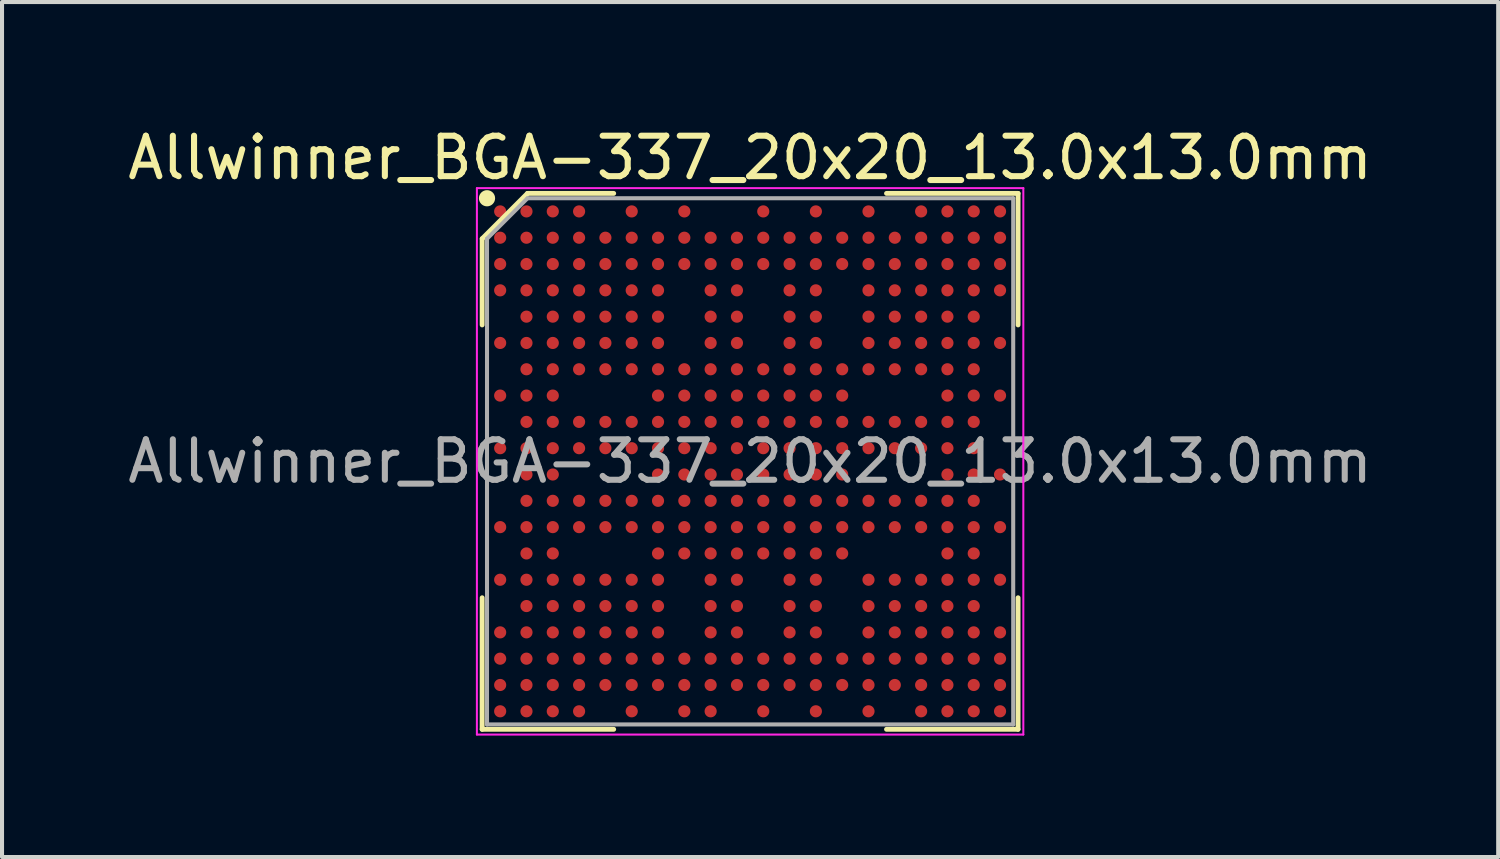
<source format=kicad_pcb>
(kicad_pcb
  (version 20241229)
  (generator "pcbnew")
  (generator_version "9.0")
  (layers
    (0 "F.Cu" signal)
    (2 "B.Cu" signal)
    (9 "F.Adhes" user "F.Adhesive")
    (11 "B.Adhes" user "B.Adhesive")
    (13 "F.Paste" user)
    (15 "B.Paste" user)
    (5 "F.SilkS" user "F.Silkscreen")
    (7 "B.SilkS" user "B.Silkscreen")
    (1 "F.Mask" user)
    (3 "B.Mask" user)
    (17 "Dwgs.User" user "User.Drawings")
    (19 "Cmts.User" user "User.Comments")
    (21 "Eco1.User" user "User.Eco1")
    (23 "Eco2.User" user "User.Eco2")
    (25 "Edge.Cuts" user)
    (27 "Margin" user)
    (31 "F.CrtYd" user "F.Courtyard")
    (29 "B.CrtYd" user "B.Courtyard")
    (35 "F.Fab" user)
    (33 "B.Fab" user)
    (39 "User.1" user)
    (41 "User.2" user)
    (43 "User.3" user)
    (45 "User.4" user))
  (footprint "Allwinner_BGA-337_20x20_13.0x13.0mm"
    (layer "F.Cu")
    (at 15.482 8.348)
    (property "Reference" "Allwinner_BGA-337_20x20_13.0x13.0mm" (at 0 -7.5 0) (layer "F.SilkS") (effects (font (size 1 1) (thickness 0.15))))
    (attr smd)
    (fp_line (start -6.62 -5.5) (end -6.62 -3.37) (stroke (width 0.12) (type default)) (layer "F.SilkS"))
    (fp_line (start -6.62 6.62) (end -6.62 3.37) (stroke (width 0.12) (type default)) (layer "F.SilkS"))
    (fp_line (start -5.5 -6.62) (end -6.62 -5.5) (stroke (width 0.12) (type default)) (layer "F.SilkS"))
    (fp_line (start -3.37 -6.62) (end -5.5 -6.62) (stroke (width 0.12) (type default)) (layer "F.SilkS"))
    (fp_line (start -3.37 6.62) (end -6.62 6.62) (stroke (width 0.12) (type default)) (layer "F.SilkS"))
    (fp_line (start 3.37 -6.62) (end 6.62 -6.62) (stroke (width 0.12) (type default)) (layer "F.SilkS"))
    (fp_line (start 3.37 6.62) (end 6.62 6.62) (stroke (width 0.12) (type default)) (layer "F.SilkS"))
    (fp_line (start 6.62 -6.62) (end 6.62 -3.37) (stroke (width 0.12) (type default)) (layer "F.SilkS"))
    (fp_line (start 6.62 6.62) (end 6.62 3.37) (stroke (width 0.12) (type default)) (layer "F.SilkS"))
    (fp_circle (center -6.5 -6.5) (end -6.5 -6.4) (stroke (width 0.2) (type default)) (fill no) (layer "F.SilkS"))
    (fp_line (start -6.75 -6.75) (end 6.75 -6.75) (stroke (width 0.05) (type default)) (layer "F.CrtYd"))
    (fp_line (start -6.75 6.75) (end -6.75 -6.75) (stroke (width 0.05) (type default)) (layer "F.CrtYd"))
    (fp_line (start 6.75 -6.75) (end 6.75 6.75) (stroke (width 0.05) (type default)) (layer "F.CrtYd"))
    (fp_line (start 6.75 6.75) (end -6.75 6.75) (stroke (width 0.05) (type default)) (layer "F.CrtYd"))
    (fp_line (start -6.5 -5.5) (end -6.5 6.5) (stroke (width 0.1) (type default)) (layer "F.Fab"))
    (fp_line (start -6.5 6.5) (end 6.5 6.5) (stroke (width 0.1) (type default)) (layer "F.Fab"))
    (fp_line (start -5.5 -6.5) (end -6.5 -5.5) (stroke (width 0.1) (type default)) (layer "F.Fab"))
    (fp_line (start 6.5 -6.5) (end -5.5 -6.5) (stroke (width 0.1) (type default)) (layer "F.Fab"))
    (fp_line (start 6.5 6.5) (end 6.5 -6.5) (stroke (width 0.1) (type default)) (layer "F.Fab"))
    (fp_text user "${REFERENCE}" (at 0 0 0) (layer "F.Fab") (effects (font (size 1 1) (thickness 0.15))))
    (pad "A1" smd circle (at -6.175 -6.175) (size 0.3 0.3) (layers "F.Cu" "F.Mask" "F.Paste"))
    (pad "A2" smd circle (at -5.525 -6.175) (size 0.3 0.3) (layers "F.Cu" "F.Mask" "F.Paste"))
    (pad "A3" smd circle (at -4.875 -6.175) (size 0.3 0.3) (layers "F.Cu" "F.Mask" "F.Paste"))
    (pad "A4" smd circle (at -4.225 -6.175) (size 0.3 0.3) (layers "F.Cu" "F.Mask" "F.Paste"))
    (pad "A6" smd circle (at -2.925 -6.175) (size 0.3 0.3) (layers "F.Cu" "F.Mask" "F.Paste"))
    (pad "A8" smd circle (at -1.625 -6.175) (size 0.3 0.3) (layers "F.Cu" "F.Mask" "F.Paste"))
    (pad "A11" smd circle (at 0.325 -6.175) (size 0.3 0.3) (layers "F.Cu" "F.Mask" "F.Paste"))
    (pad "A13" smd circle (at 1.625 -6.175) (size 0.3 0.3) (layers "F.Cu" "F.Mask" "F.Paste"))
    (pad "A15" smd circle (at 2.925 -6.175) (size 0.3 0.3) (layers "F.Cu" "F.Mask" "F.Paste"))
    (pad "A17" smd circle (at 4.225 -6.175) (size 0.3 0.3) (layers "F.Cu" "F.Mask" "F.Paste"))
    (pad "A18" smd circle (at 4.875 -6.175) (size 0.3 0.3) (layers "F.Cu" "F.Mask" "F.Paste"))
    (pad "A19" smd circle (at 5.525 -6.175) (size 0.3 0.3) (layers "F.Cu" "F.Mask" "F.Paste"))
    (pad "A20" smd circle (at 6.175 -6.175) (size 0.3 0.3) (layers "F.Cu" "F.Mask" "F.Paste"))
    (pad "B1" smd circle (at -6.175 -5.525) (size 0.3 0.3) (layers "F.Cu" "F.Mask" "F.Paste"))
    (pad "B2" smd circle (at -5.525 -5.525) (size 0.3 0.3) (layers "F.Cu" "F.Mask" "F.Paste"))
    (pad "B3" smd circle (at -4.875 -5.525) (size 0.3 0.3) (layers "F.Cu" "F.Mask" "F.Paste"))
    (pad "B4" smd circle (at -4.225 -5.525) (size 0.3 0.3) (layers "F.Cu" "F.Mask" "F.Paste"))
    (pad "B5" smd circle (at -3.575 -5.525) (size 0.3 0.3) (layers "F.Cu" "F.Mask" "F.Paste"))
    (pad "B6" smd circle (at -2.925 -5.525) (size 0.3 0.3) (layers "F.Cu" "F.Mask" "F.Paste"))
    (pad "B7" smd circle (at -2.275 -5.525) (size 0.3 0.3) (layers "F.Cu" "F.Mask" "F.Paste"))
    (pad "B8" smd circle (at -1.625 -5.525) (size 0.3 0.3) (layers "F.Cu" "F.Mask" "F.Paste"))
    (pad "B9" smd circle (at -0.975 -5.525) (size 0.3 0.3) (layers "F.Cu" "F.Mask" "F.Paste"))
    (pad "B10" smd circle (at -0.325 -5.525) (size 0.3 0.3) (layers "F.Cu" "F.Mask" "F.Paste"))
    (pad "B11" smd circle (at 0.325 -5.525) (size 0.3 0.3) (layers "F.Cu" "F.Mask" "F.Paste"))
    (pad "B12" smd circle (at 0.975 -5.525) (size 0.3 0.3) (layers "F.Cu" "F.Mask" "F.Paste"))
    (pad "B13" smd circle (at 1.625 -5.525) (size 0.3 0.3) (layers "F.Cu" "F.Mask" "F.Paste"))
    (pad "B14" smd circle (at 2.275 -5.525) (size 0.3 0.3) (layers "F.Cu" "F.Mask" "F.Paste"))
    (pad "B15" smd circle (at 2.925 -5.525) (size 0.3 0.3) (layers "F.Cu" "F.Mask" "F.Paste"))
    (pad "B16" smd circle (at 3.575 -5.525) (size 0.3 0.3) (layers "F.Cu" "F.Mask" "F.Paste"))
    (pad "B17" smd circle (at 4.225 -5.525) (size 0.3 0.3) (layers "F.Cu" "F.Mask" "F.Paste"))
    (pad "B18" smd circle (at 4.875 -5.525) (size 0.3 0.3) (layers "F.Cu" "F.Mask" "F.Paste"))
    (pad "B19" smd circle (at 5.525 -5.525) (size 0.3 0.3) (layers "F.Cu" "F.Mask" "F.Paste"))
    (pad "B20" smd circle (at 6.175 -5.525) (size 0.3 0.3) (layers "F.Cu" "F.Mask" "F.Paste"))
    (pad "C1" smd circle (at -6.175 -4.875) (size 0.3 0.3) (layers "F.Cu" "F.Mask" "F.Paste"))
    (pad "C2" smd circle (at -5.525 -4.875) (size 0.3 0.3) (layers "F.Cu" "F.Mask" "F.Paste"))
    (pad "C3" smd circle (at -4.875 -4.875) (size 0.3 0.3) (layers "F.Cu" "F.Mask" "F.Paste"))
    (pad "C4" smd circle (at -4.225 -4.875) (size 0.3 0.3) (layers "F.Cu" "F.Mask" "F.Paste"))
    (pad "C5" smd circle (at -3.575 -4.875) (size 0.3 0.3) (layers "F.Cu" "F.Mask" "F.Paste"))
    (pad "C6" smd circle (at -2.925 -4.875) (size 0.3 0.3) (layers "F.Cu" "F.Mask" "F.Paste"))
    (pad "C7" smd circle (at -2.275 -4.875) (size 0.3 0.3) (layers "F.Cu" "F.Mask" "F.Paste"))
    (pad "C8" smd circle (at -1.625 -4.875) (size 0.3 0.3) (layers "F.Cu" "F.Mask" "F.Paste"))
    (pad "C9" smd circle (at -0.975 -4.875) (size 0.3 0.3) (layers "F.Cu" "F.Mask" "F.Paste"))
    (pad "C10" smd circle (at -0.325 -4.875) (size 0.3 0.3) (layers "F.Cu" "F.Mask" "F.Paste"))
    (pad "C11" smd circle (at 0.325 -4.875) (size 0.3 0.3) (layers "F.Cu" "F.Mask" "F.Paste"))
    (pad "C12" smd circle (at 0.975 -4.875) (size 0.3 0.3) (layers "F.Cu" "F.Mask" "F.Paste"))
    (pad "C13" smd circle (at 1.625 -4.875) (size 0.3 0.3) (layers "F.Cu" "F.Mask" "F.Paste"))
    (pad "C14" smd circle (at 2.275 -4.875) (size 0.3 0.3) (layers "F.Cu" "F.Mask" "F.Paste"))
    (pad "C15" smd circle (at 2.925 -4.875) (size 0.3 0.3) (layers "F.Cu" "F.Mask" "F.Paste"))
    (pad "C16" smd circle (at 3.575 -4.875) (size 0.3 0.3) (layers "F.Cu" "F.Mask" "F.Paste"))
    (pad "C17" smd circle (at 4.225 -4.875) (size 0.3 0.3) (layers "F.Cu" "F.Mask" "F.Paste"))
    (pad "C18" smd circle (at 4.875 -4.875) (size 0.3 0.3) (layers "F.Cu" "F.Mask" "F.Paste"))
    (pad "C19" smd circle (at 5.525 -4.875) (size 0.3 0.3) (layers "F.Cu" "F.Mask" "F.Paste"))
    (pad "C20" smd circle (at 6.175 -4.875) (size 0.3 0.3) (layers "F.Cu" "F.Mask" "F.Paste"))
    (pad "D1" smd circle (at -6.175 -4.225) (size 0.3 0.3) (layers "F.Cu" "F.Mask" "F.Paste"))
    (pad "D2" smd circle (at -5.525 -4.225) (size 0.3 0.3) (layers "F.Cu" "F.Mask" "F.Paste"))
    (pad "D3" smd circle (at -4.875 -4.225) (size 0.3 0.3) (layers "F.Cu" "F.Mask" "F.Paste"))
    (pad "D4" smd circle (at -4.225 -4.225) (size 0.3 0.3) (layers "F.Cu" "F.Mask" "F.Paste"))
    (pad "D5" smd circle (at -3.575 -4.225) (size 0.3 0.3) (layers "F.Cu" "F.Mask" "F.Paste"))
    (pad "D6" smd circle (at -2.925 -4.225) (size 0.3 0.3) (layers "F.Cu" "F.Mask" "F.Paste"))
    (pad "D7" smd circle (at -2.275 -4.225) (size 0.3 0.3) (layers "F.Cu" "F.Mask" "F.Paste"))
    (pad "D9" smd circle (at -0.975 -4.225) (size 0.3 0.3) (layers "F.Cu" "F.Mask" "F.Paste"))
    (pad "D10" smd circle (at -0.325 -4.225) (size 0.3 0.3) (layers "F.Cu" "F.Mask" "F.Paste"))
    (pad "D12" smd circle (at 0.975 -4.225) (size 0.3 0.3) (layers "F.Cu" "F.Mask" "F.Paste"))
    (pad "D13" smd circle (at 1.625 -4.225) (size 0.3 0.3) (layers "F.Cu" "F.Mask" "F.Paste"))
    (pad "D15" smd circle (at 2.925 -4.225) (size 0.3 0.3) (layers "F.Cu" "F.Mask" "F.Paste"))
    (pad "D16" smd circle (at 3.575 -4.225) (size 0.3 0.3) (layers "F.Cu" "F.Mask" "F.Paste"))
    (pad "D17" smd circle (at 4.225 -4.225) (size 0.3 0.3) (layers "F.Cu" "F.Mask" "F.Paste"))
    (pad "D18" smd circle (at 4.875 -4.225) (size 0.3 0.3) (layers "F.Cu" "F.Mask" "F.Paste"))
    (pad "D19" smd circle (at 5.525 -4.225) (size 0.3 0.3) (layers "F.Cu" "F.Mask" "F.Paste"))
    (pad "D20" smd circle (at 6.175 -4.225) (size 0.3 0.3) (layers "F.Cu" "F.Mask" "F.Paste"))
    (pad "E2" smd circle (at -5.525 -3.575) (size 0.3 0.3) (layers "F.Cu" "F.Mask" "F.Paste"))
    (pad "E3" smd circle (at -4.875 -3.575) (size 0.3 0.3) (layers "F.Cu" "F.Mask" "F.Paste"))
    (pad "E4" smd circle (at -4.225 -3.575) (size 0.3 0.3) (layers "F.Cu" "F.Mask" "F.Paste"))
    (pad "E5" smd circle (at -3.575 -3.575) (size 0.3 0.3) (layers "F.Cu" "F.Mask" "F.Paste"))
    (pad "E6" smd circle (at -2.925 -3.575) (size 0.3 0.3) (layers "F.Cu" "F.Mask" "F.Paste"))
    (pad "E7" smd circle (at -2.275 -3.575) (size 0.3 0.3) (layers "F.Cu" "F.Mask" "F.Paste"))
    (pad "E9" smd circle (at -0.975 -3.575) (size 0.3 0.3) (layers "F.Cu" "F.Mask" "F.Paste"))
    (pad "E10" smd circle (at -0.325 -3.575) (size 0.3 0.3) (layers "F.Cu" "F.Mask" "F.Paste"))
    (pad "E12" smd circle (at 0.975 -3.575) (size 0.3 0.3) (layers "F.Cu" "F.Mask" "F.Paste"))
    (pad "E13" smd circle (at 1.625 -3.575) (size 0.3 0.3) (layers "F.Cu" "F.Mask" "F.Paste"))
    (pad "E15" smd circle (at 2.925 -3.575) (size 0.3 0.3) (layers "F.Cu" "F.Mask" "F.Paste"))
    (pad "E16" smd circle (at 3.575 -3.575) (size 0.3 0.3) (layers "F.Cu" "F.Mask" "F.Paste"))
    (pad "E17" smd circle (at 4.225 -3.575) (size 0.3 0.3) (layers "F.Cu" "F.Mask" "F.Paste"))
    (pad "E18" smd circle (at 4.875 -3.575) (size 0.3 0.3) (layers "F.Cu" "F.Mask" "F.Paste"))
    (pad "E19" smd circle (at 5.525 -3.575) (size 0.3 0.3) (layers "F.Cu" "F.Mask" "F.Paste"))
    (pad "F1" smd circle (at -6.175 -2.925) (size 0.3 0.3) (layers "F.Cu" "F.Mask" "F.Paste"))
    (pad "F2" smd circle (at -5.525 -2.925) (size 0.3 0.3) (layers "F.Cu" "F.Mask" "F.Paste"))
    (pad "F3" smd circle (at -4.875 -2.925) (size 0.3 0.3) (layers "F.Cu" "F.Mask" "F.Paste"))
    (pad "F4" smd circle (at -4.225 -2.925) (size 0.3 0.3) (layers "F.Cu" "F.Mask" "F.Paste"))
    (pad "F5" smd circle (at -3.575 -2.925) (size 0.3 0.3) (layers "F.Cu" "F.Mask" "F.Paste"))
    (pad "F6" smd circle (at -2.925 -2.925) (size 0.3 0.3) (layers "F.Cu" "F.Mask" "F.Paste"))
    (pad "F7" smd circle (at -2.275 -2.925) (size 0.3 0.3) (layers "F.Cu" "F.Mask" "F.Paste"))
    (pad "F9" smd circle (at -0.975 -2.925) (size 0.3 0.3) (layers "F.Cu" "F.Mask" "F.Paste"))
    (pad "F10" smd circle (at -0.325 -2.925) (size 0.3 0.3) (layers "F.Cu" "F.Mask" "F.Paste"))
    (pad "F12" smd circle (at 0.975 -2.925) (size 0.3 0.3) (layers "F.Cu" "F.Mask" "F.Paste"))
    (pad "F13" smd circle (at 1.625 -2.925) (size 0.3 0.3) (layers "F.Cu" "F.Mask" "F.Paste"))
    (pad "F15" smd circle (at 2.925 -2.925) (size 0.3 0.3) (layers "F.Cu" "F.Mask" "F.Paste"))
    (pad "F16" smd circle (at 3.575 -2.925) (size 0.3 0.3) (layers "F.Cu" "F.Mask" "F.Paste"))
    (pad "F17" smd circle (at 4.225 -2.925) (size 0.3 0.3) (layers "F.Cu" "F.Mask" "F.Paste"))
    (pad "F18" smd circle (at 4.875 -2.925) (size 0.3 0.3) (layers "F.Cu" "F.Mask" "F.Paste"))
    (pad "F19" smd circle (at 5.525 -2.925) (size 0.3 0.3) (layers "F.Cu" "F.Mask" "F.Paste"))
    (pad "F20" smd circle (at 6.175 -2.925) (size 0.3 0.3) (layers "F.Cu" "F.Mask" "F.Paste"))
    (pad "G2" smd circle (at -5.525 -2.275) (size 0.3 0.3) (layers "F.Cu" "F.Mask" "F.Paste"))
    (pad "G3" smd circle (at -4.875 -2.275) (size 0.3 0.3) (layers "F.Cu" "F.Mask" "F.Paste"))
    (pad "G4" smd circle (at -4.225 -2.275) (size 0.3 0.3) (layers "F.Cu" "F.Mask" "F.Paste"))
    (pad "G5" smd circle (at -3.575 -2.275) (size 0.3 0.3) (layers "F.Cu" "F.Mask" "F.Paste"))
    (pad "G6" smd circle (at -2.925 -2.275) (size 0.3 0.3) (layers "F.Cu" "F.Mask" "F.Paste"))
    (pad "G7" smd circle (at -2.275 -2.275) (size 0.3 0.3) (layers "F.Cu" "F.Mask" "F.Paste"))
    (pad "G8" smd circle (at -1.625 -2.275) (size 0.3 0.3) (layers "F.Cu" "F.Mask" "F.Paste"))
    (pad "G9" smd circle (at -0.975 -2.275) (size 0.3 0.3) (layers "F.Cu" "F.Mask" "F.Paste"))
    (pad "G10" smd circle (at -0.325 -2.275) (size 0.3 0.3) (layers "F.Cu" "F.Mask" "F.Paste"))
    (pad "G11" smd circle (at 0.325 -2.275) (size 0.3 0.3) (layers "F.Cu" "F.Mask" "F.Paste"))
    (pad "G12" smd circle (at 0.975 -2.275) (size 0.3 0.3) (layers "F.Cu" "F.Mask" "F.Paste"))
    (pad "G13" smd circle (at 1.625 -2.275) (size 0.3 0.3) (layers "F.Cu" "F.Mask" "F.Paste"))
    (pad "G14" smd circle (at 2.275 -2.275) (size 0.3 0.3) (layers "F.Cu" "F.Mask" "F.Paste"))
    (pad "G15" smd circle (at 2.925 -2.275) (size 0.3 0.3) (layers "F.Cu" "F.Mask" "F.Paste"))
    (pad "G16" smd circle (at 3.575 -2.275) (size 0.3 0.3) (layers "F.Cu" "F.Mask" "F.Paste"))
    (pad "G17" smd circle (at 4.225 -2.275) (size 0.3 0.3) (layers "F.Cu" "F.Mask" "F.Paste"))
    (pad "G18" smd circle (at 4.875 -2.275) (size 0.3 0.3) (layers "F.Cu" "F.Mask" "F.Paste"))
    (pad "G19" smd circle (at 5.525 -2.275) (size 0.3 0.3) (layers "F.Cu" "F.Mask" "F.Paste"))
    (pad "H1" smd circle (at -6.175 -1.625) (size 0.3 0.3) (layers "F.Cu" "F.Mask" "F.Paste"))
    (pad "H2" smd circle (at -5.525 -1.625) (size 0.3 0.3) (layers "F.Cu" "F.Mask" "F.Paste"))
    (pad "H3" smd circle (at -4.875 -1.625) (size 0.3 0.3) (layers "F.Cu" "F.Mask" "F.Paste"))
    (pad "H7" smd circle (at -2.275 -1.625) (size 0.3 0.3) (layers "F.Cu" "F.Mask" "F.Paste"))
    (pad "H8" smd circle (at -1.625 -1.625) (size 0.3 0.3) (layers "F.Cu" "F.Mask" "F.Paste"))
    (pad "H9" smd circle (at -0.975 -1.625) (size 0.3 0.3) (layers "F.Cu" "F.Mask" "F.Paste"))
    (pad "H10" smd circle (at -0.325 -1.625) (size 0.3 0.3) (layers "F.Cu" "F.Mask" "F.Paste"))
    (pad "H11" smd circle (at 0.325 -1.625) (size 0.3 0.3) (layers "F.Cu" "F.Mask" "F.Paste"))
    (pad "H12" smd circle (at 0.975 -1.625) (size 0.3 0.3) (layers "F.Cu" "F.Mask" "F.Paste"))
    (pad "H13" smd circle (at 1.625 -1.625) (size 0.3 0.3) (layers "F.Cu" "F.Mask" "F.Paste"))
    (pad "H14" smd circle (at 2.275 -1.625) (size 0.3 0.3) (layers "F.Cu" "F.Mask" "F.Paste"))
    (pad "H18" smd circle (at 4.875 -1.625) (size 0.3 0.3) (layers "F.Cu" "F.Mask" "F.Paste"))
    (pad "H19" smd circle (at 5.525 -1.625) (size 0.3 0.3) (layers "F.Cu" "F.Mask" "F.Paste"))
    (pad "H20" smd circle (at 6.175 -1.625) (size 0.3 0.3) (layers "F.Cu" "F.Mask" "F.Paste"))
    (pad "J2" smd circle (at -5.525 -0.975) (size 0.3 0.3) (layers "F.Cu" "F.Mask" "F.Paste"))
    (pad "J3" smd circle (at -4.875 -0.975) (size 0.3 0.3) (layers "F.Cu" "F.Mask" "F.Paste"))
    (pad "J4" smd circle (at -4.225 -0.975) (size 0.3 0.3) (layers "F.Cu" "F.Mask" "F.Paste"))
    (pad "J5" smd circle (at -3.575 -0.975) (size 0.3 0.3) (layers "F.Cu" "F.Mask" "F.Paste"))
    (pad "J6" smd circle (at -2.925 -0.975) (size 0.3 0.3) (layers "F.Cu" "F.Mask" "F.Paste"))
    (pad "J7" smd circle (at -2.275 -0.975) (size 0.3 0.3) (layers "F.Cu" "F.Mask" "F.Paste"))
    (pad "J8" smd circle (at -1.625 -0.975) (size 0.3 0.3) (layers "F.Cu" "F.Mask" "F.Paste"))
    (pad "J9" smd circle (at -0.975 -0.975) (size 0.3 0.3) (layers "F.Cu" "F.Mask" "F.Paste"))
    (pad "J10" smd circle (at -0.325 -0.975) (size 0.3 0.3) (layers "F.Cu" "F.Mask" "F.Paste"))
    (pad "J11" smd circle (at 0.325 -0.975) (size 0.3 0.3) (layers "F.Cu" "F.Mask" "F.Paste"))
    (pad "J12" smd circle (at 0.975 -0.975) (size 0.3 0.3) (layers "F.Cu" "F.Mask" "F.Paste"))
    (pad "J13" smd circle (at 1.625 -0.975) (size 0.3 0.3) (layers "F.Cu" "F.Mask" "F.Paste"))
    (pad "J14" smd circle (at 2.275 -0.975) (size 0.3 0.3) (layers "F.Cu" "F.Mask" "F.Paste"))
    (pad "J15" smd circle (at 2.925 -0.975) (size 0.3 0.3) (layers "F.Cu" "F.Mask" "F.Paste"))
    (pad "J16" smd circle (at 3.575 -0.975) (size 0.3 0.3) (layers "F.Cu" "F.Mask" "F.Paste"))
    (pad "J17" smd circle (at 4.225 -0.975) (size 0.3 0.3) (layers "F.Cu" "F.Mask" "F.Paste"))
    (pad "J18" smd circle (at 4.875 -0.975) (size 0.3 0.3) (layers "F.Cu" "F.Mask" "F.Paste"))
    (pad "J19" smd circle (at 5.525 -0.975) (size 0.3 0.3) (layers "F.Cu" "F.Mask" "F.Paste"))
    (pad "K1" smd circle (at -6.175 -0.325) (size 0.3 0.3) (layers "F.Cu" "F.Mask" "F.Paste"))
    (pad "K2" smd circle (at -5.525 -0.325) (size 0.3 0.3) (layers "F.Cu" "F.Mask" "F.Paste"))
    (pad "K3" smd circle (at -4.875 -0.325) (size 0.3 0.3) (layers "F.Cu" "F.Mask" "F.Paste"))
    (pad "K4" smd circle (at -4.225 -0.325) (size 0.3 0.3) (layers "F.Cu" "F.Mask" "F.Paste"))
    (pad "K5" smd circle (at -3.575 -0.325) (size 0.3 0.3) (layers "F.Cu" "F.Mask" "F.Paste"))
    (pad "K6" smd circle (at -2.925 -0.325) (size 0.3 0.3) (layers "F.Cu" "F.Mask" "F.Paste"))
    (pad "K7" smd circle (at -2.275 -0.325) (size 0.3 0.3) (layers "F.Cu" "F.Mask" "F.Paste"))
    (pad "K8" smd circle (at -1.625 -0.325) (size 0.3 0.3) (layers "F.Cu" "F.Mask" "F.Paste"))
    (pad "K9" smd circle (at -0.975 -0.325) (size 0.3 0.3) (layers "F.Cu" "F.Mask" "F.Paste"))
    (pad "K10" smd circle (at -0.325 -0.325) (size 0.3 0.3) (layers "F.Cu" "F.Mask" "F.Paste"))
    (pad "K11" smd circle (at 0.325 -0.325) (size 0.3 0.3) (layers "F.Cu" "F.Mask" "F.Paste"))
    (pad "K12" smd circle (at 0.975 -0.325) (size 0.3 0.3) (layers "F.Cu" "F.Mask" "F.Paste"))
    (pad "K13" smd circle (at 1.625 -0.325) (size 0.3 0.3) (layers "F.Cu" "F.Mask" "F.Paste"))
    (pad "K14" smd circle (at 2.275 -0.325) (size 0.3 0.3) (layers "F.Cu" "F.Mask" "F.Paste"))
    (pad "K15" smd circle (at 2.925 -0.325) (size 0.3 0.3) (layers "F.Cu" "F.Mask" "F.Paste"))
    (pad "K16" smd circle (at 3.575 -0.325) (size 0.3 0.3) (layers "F.Cu" "F.Mask" "F.Paste"))
    (pad "K17" smd circle (at 4.225 -0.325) (size 0.3 0.3) (layers "F.Cu" "F.Mask" "F.Paste"))
    (pad "K18" smd circle (at 4.875 -0.325) (size 0.3 0.3) (layers "F.Cu" "F.Mask" "F.Paste"))
    (pad "K19" smd circle (at 5.525 -0.325) (size 0.3 0.3) (layers "F.Cu" "F.Mask" "F.Paste"))
    (pad "L2" smd circle (at -5.525 0.325) (size 0.3 0.3) (layers "F.Cu" "F.Mask" "F.Paste"))
    (pad "L3" smd circle (at -4.875 0.325) (size 0.3 0.3) (layers "F.Cu" "F.Mask" "F.Paste"))
    (pad "L7" smd circle (at -2.275 0.325) (size 0.3 0.3) (layers "F.Cu" "F.Mask" "F.Paste"))
    (pad "L8" smd circle (at -1.625 0.325) (size 0.3 0.3) (layers "F.Cu" "F.Mask" "F.Paste"))
    (pad "L9" smd circle (at -0.975 0.325) (size 0.3 0.3) (layers "F.Cu" "F.Mask" "F.Paste"))
    (pad "L10" smd circle (at -0.325 0.325) (size 0.3 0.3) (layers "F.Cu" "F.Mask" "F.Paste"))
    (pad "L11" smd circle (at 0.325 0.325) (size 0.3 0.3) (layers "F.Cu" "F.Mask" "F.Paste"))
    (pad "L12" smd circle (at 0.975 0.325) (size 0.3 0.3) (layers "F.Cu" "F.Mask" "F.Paste"))
    (pad "L13" smd circle (at 1.625 0.325) (size 0.3 0.3) (layers "F.Cu" "F.Mask" "F.Paste"))
    (pad "L14" smd circle (at 2.275 0.325) (size 0.3 0.3) (layers "F.Cu" "F.Mask" "F.Paste"))
    (pad "L18" smd circle (at 4.875 0.325) (size 0.3 0.3) (layers "F.Cu" "F.Mask" "F.Paste"))
    (pad "L19" smd circle (at 5.525 0.325) (size 0.3 0.3) (layers "F.Cu" "F.Mask" "F.Paste"))
    (pad "L20" smd circle (at 6.175 0.325) (size 0.3 0.3) (layers "F.Cu" "F.Mask" "F.Paste"))
    (pad "M2" smd circle (at -5.525 0.975) (size 0.3 0.3) (layers "F.Cu" "F.Mask" "F.Paste"))
    (pad "M3" smd circle (at -4.875 0.975) (size 0.3 0.3) (layers "F.Cu" "F.Mask" "F.Paste"))
    (pad "M4" smd circle (at -4.225 0.975) (size 0.3 0.3) (layers "F.Cu" "F.Mask" "F.Paste"))
    (pad "M5" smd circle (at -3.575 0.975) (size 0.3 0.3) (layers "F.Cu" "F.Mask" "F.Paste"))
    (pad "M6" smd circle (at -2.925 0.975) (size 0.3 0.3) (layers "F.Cu" "F.Mask" "F.Paste"))
    (pad "M7" smd circle (at -2.275 0.975) (size 0.3 0.3) (layers "F.Cu" "F.Mask" "F.Paste"))
    (pad "M8" smd circle (at -1.625 0.975) (size 0.3 0.3) (layers "F.Cu" "F.Mask" "F.Paste"))
    (pad "M9" smd circle (at -0.975 0.975) (size 0.3 0.3) (layers "F.Cu" "F.Mask" "F.Paste"))
    (pad "M10" smd circle (at -0.325 0.975) (size 0.3 0.3) (layers "F.Cu" "F.Mask" "F.Paste"))
    (pad "M11" smd circle (at 0.325 0.975) (size 0.3 0.3) (layers "F.Cu" "F.Mask" "F.Paste"))
    (pad "M12" smd circle (at 0.975 0.975) (size 0.3 0.3) (layers "F.Cu" "F.Mask" "F.Paste"))
    (pad "M13" smd circle (at 1.625 0.975) (size 0.3 0.3) (layers "F.Cu" "F.Mask" "F.Paste"))
    (pad "M14" smd circle (at 2.275 0.975) (size 0.3 0.3) (layers "F.Cu" "F.Mask" "F.Paste"))
    (pad "M15" smd circle (at 2.925 0.975) (size 0.3 0.3) (layers "F.Cu" "F.Mask" "F.Paste"))
    (pad "M16" smd circle (at 3.575 0.975) (size 0.3 0.3) (layers "F.Cu" "F.Mask" "F.Paste"))
    (pad "M17" smd circle (at 4.225 0.975) (size 0.3 0.3) (layers "F.Cu" "F.Mask" "F.Paste"))
    (pad "M18" smd circle (at 4.875 0.975) (size 0.3 0.3) (layers "F.Cu" "F.Mask" "F.Paste"))
    (pad "M19" smd circle (at 5.525 0.975) (size 0.3 0.3) (layers "F.Cu" "F.Mask" "F.Paste"))
    (pad "N1" smd circle (at -6.175 1.625) (size 0.3 0.3) (layers "F.Cu" "F.Mask" "F.Paste"))
    (pad "N2" smd circle (at -5.525 1.625) (size 0.3 0.3) (layers "F.Cu" "F.Mask" "F.Paste"))
    (pad "N3" smd circle (at -4.875 1.625) (size 0.3 0.3) (layers "F.Cu" "F.Mask" "F.Paste"))
    (pad "N4" smd circle (at -4.225 1.625) (size 0.3 0.3) (layers "F.Cu" "F.Mask" "F.Paste"))
    (pad "N5" smd circle (at -3.575 1.625) (size 0.3 0.3) (layers "F.Cu" "F.Mask" "F.Paste"))
    (pad "N6" smd circle (at -2.925 1.625) (size 0.3 0.3) (layers "F.Cu" "F.Mask" "F.Paste"))
    (pad "N7" smd circle (at -2.275 1.625) (size 0.3 0.3) (layers "F.Cu" "F.Mask" "F.Paste"))
    (pad "N8" smd circle (at -1.625 1.625) (size 0.3 0.3) (layers "F.Cu" "F.Mask" "F.Paste"))
    (pad "N9" smd circle (at -0.975 1.625) (size 0.3 0.3) (layers "F.Cu" "F.Mask" "F.Paste"))
    (pad "N10" smd circle (at -0.325 1.625) (size 0.3 0.3) (layers "F.Cu" "F.Mask" "F.Paste"))
    (pad "N11" smd circle (at 0.325 1.625) (size 0.3 0.3) (layers "F.Cu" "F.Mask" "F.Paste"))
    (pad "N12" smd circle (at 0.975 1.625) (size 0.3 0.3) (layers "F.Cu" "F.Mask" "F.Paste"))
    (pad "N13" smd circle (at 1.625 1.625) (size 0.3 0.3) (layers "F.Cu" "F.Mask" "F.Paste"))
    (pad "N14" smd circle (at 2.275 1.625) (size 0.3 0.3) (layers "F.Cu" "F.Mask" "F.Paste"))
    (pad "N15" smd circle (at 2.925 1.625) (size 0.3 0.3) (layers "F.Cu" "F.Mask" "F.Paste"))
    (pad "N16" smd circle (at 3.575 1.625) (size 0.3 0.3) (layers "F.Cu" "F.Mask" "F.Paste"))
    (pad "N17" smd circle (at 4.225 1.625) (size 0.3 0.3) (layers "F.Cu" "F.Mask" "F.Paste"))
    (pad "N18" smd circle (at 4.875 1.625) (size 0.3 0.3) (layers "F.Cu" "F.Mask" "F.Paste"))
    (pad "N19" smd circle (at 5.525 1.625) (size 0.3 0.3) (layers "F.Cu" "F.Mask" "F.Paste"))
    (pad "N20" smd circle (at 6.175 1.625) (size 0.3 0.3) (layers "F.Cu" "F.Mask" "F.Paste"))
    (pad "P2" smd circle (at -5.525 2.275) (size 0.3 0.3) (layers "F.Cu" "F.Mask" "F.Paste"))
    (pad "P3" smd circle (at -4.875 2.275) (size 0.3 0.3) (layers "F.Cu" "F.Mask" "F.Paste"))
    (pad "P7" smd circle (at -2.275 2.275) (size 0.3 0.3) (layers "F.Cu" "F.Mask" "F.Paste"))
    (pad "P8" smd circle (at -1.625 2.275) (size 0.3 0.3) (layers "F.Cu" "F.Mask" "F.Paste"))
    (pad "P9" smd circle (at -0.975 2.275) (size 0.3 0.3) (layers "F.Cu" "F.Mask" "F.Paste"))
    (pad "P10" smd circle (at -0.325 2.275) (size 0.3 0.3) (layers "F.Cu" "F.Mask" "F.Paste"))
    (pad "P11" smd circle (at 0.325 2.275) (size 0.3 0.3) (layers "F.Cu" "F.Mask" "F.Paste"))
    (pad "P12" smd circle (at 0.975 2.275) (size 0.3 0.3) (layers "F.Cu" "F.Mask" "F.Paste"))
    (pad "P13" smd circle (at 1.625 2.275) (size 0.3 0.3) (layers "F.Cu" "F.Mask" "F.Paste"))
    (pad "P14" smd circle (at 2.275 2.275) (size 0.3 0.3) (layers "F.Cu" "F.Mask" "F.Paste"))
    (pad "P18" smd circle (at 4.875 2.275) (size 0.3 0.3) (layers "F.Cu" "F.Mask" "F.Paste"))
    (pad "P19" smd circle (at 5.525 2.275) (size 0.3 0.3) (layers "F.Cu" "F.Mask" "F.Paste"))
    (pad "R1" smd circle (at -6.175 2.925) (size 0.3 0.3) (layers "F.Cu" "F.Mask" "F.Paste"))
    (pad "R2" smd circle (at -5.525 2.925) (size 0.3 0.3) (layers "F.Cu" "F.Mask" "F.Paste"))
    (pad "R3" smd circle (at -4.875 2.925) (size 0.3 0.3) (layers "F.Cu" "F.Mask" "F.Paste"))
    (pad "R4" smd circle (at -4.225 2.925) (size 0.3 0.3) (layers "F.Cu" "F.Mask" "F.Paste"))
    (pad "R5" smd circle (at -3.575 2.925) (size 0.3 0.3) (layers "F.Cu" "F.Mask" "F.Paste"))
    (pad "R6" smd circle (at -2.925 2.925) (size 0.3 0.3) (layers "F.Cu" "F.Mask" "F.Paste"))
    (pad "R7" smd circle (at -2.275 2.925) (size 0.3 0.3) (layers "F.Cu" "F.Mask" "F.Paste"))
    (pad "R9" smd circle (at -0.975 2.925) (size 0.3 0.3) (layers "F.Cu" "F.Mask" "F.Paste"))
    (pad "R10" smd circle (at -0.325 2.925) (size 0.3 0.3) (layers "F.Cu" "F.Mask" "F.Paste"))
    (pad "R12" smd circle (at 0.975 2.925) (size 0.3 0.3) (layers "F.Cu" "F.Mask" "F.Paste"))
    (pad "R13" smd circle (at 1.625 2.925) (size 0.3 0.3) (layers "F.Cu" "F.Mask" "F.Paste"))
    (pad "R15" smd circle (at 2.925 2.925) (size 0.3 0.3) (layers "F.Cu" "F.Mask" "F.Paste"))
    (pad "R16" smd circle (at 3.575 2.925) (size 0.3 0.3) (layers "F.Cu" "F.Mask" "F.Paste"))
    (pad "R17" smd circle (at 4.225 2.925) (size 0.3 0.3) (layers "F.Cu" "F.Mask" "F.Paste"))
    (pad "R18" smd circle (at 4.875 2.925) (size 0.3 0.3) (layers "F.Cu" "F.Mask" "F.Paste"))
    (pad "R19" smd circle (at 5.525 2.925) (size 0.3 0.3) (layers "F.Cu" "F.Mask" "F.Paste"))
    (pad "R20" smd circle (at 6.175 2.925) (size 0.3 0.3) (layers "F.Cu" "F.Mask" "F.Paste"))
    (pad "T2" smd circle (at -5.525 3.575) (size 0.3 0.3) (layers "F.Cu" "F.Mask" "F.Paste"))
    (pad "T3" smd circle (at -4.875 3.575) (size 0.3 0.3) (layers "F.Cu" "F.Mask" "F.Paste"))
    (pad "T4" smd circle (at -4.225 3.575) (size 0.3 0.3) (layers "F.Cu" "F.Mask" "F.Paste"))
    (pad "T5" smd circle (at -3.575 3.575) (size 0.3 0.3) (layers "F.Cu" "F.Mask" "F.Paste"))
    (pad "T6" smd circle (at -2.925 3.575) (size 0.3 0.3) (layers "F.Cu" "F.Mask" "F.Paste"))
    (pad "T7" smd circle (at -2.275 3.575) (size 0.3 0.3) (layers "F.Cu" "F.Mask" "F.Paste"))
    (pad "T9" smd circle (at -0.975 3.575) (size 0.3 0.3) (layers "F.Cu" "F.Mask" "F.Paste"))
    (pad "T10" smd circle (at -0.325 3.575) (size 0.3 0.3) (layers "F.Cu" "F.Mask" "F.Paste"))
    (pad "T12" smd circle (at 0.975 3.575) (size 0.3 0.3) (layers "F.Cu" "F.Mask" "F.Paste"))
    (pad "T13" smd circle (at 1.625 3.575) (size 0.3 0.3) (layers "F.Cu" "F.Mask" "F.Paste"))
    (pad "T15" smd circle (at 2.925 3.575) (size 0.3 0.3) (layers "F.Cu" "F.Mask" "F.Paste"))
    (pad "T16" smd circle (at 3.575 3.575) (size 0.3 0.3) (layers "F.Cu" "F.Mask" "F.Paste"))
    (pad "T17" smd circle (at 4.225 3.575) (size 0.3 0.3) (layers "F.Cu" "F.Mask" "F.Paste"))
    (pad "T18" smd circle (at 4.875 3.575) (size 0.3 0.3) (layers "F.Cu" "F.Mask" "F.Paste"))
    (pad "T19" smd circle (at 5.525 3.575) (size 0.3 0.3) (layers "F.Cu" "F.Mask" "F.Paste"))
    (pad "U1" smd circle (at -6.175 4.225) (size 0.3 0.3) (layers "F.Cu" "F.Mask" "F.Paste"))
    (pad "U2" smd circle (at -5.525 4.225) (size 0.3 0.3) (layers "F.Cu" "F.Mask" "F.Paste"))
    (pad "U3" smd circle (at -4.875 4.225) (size 0.3 0.3) (layers "F.Cu" "F.Mask" "F.Paste"))
    (pad "U4" smd circle (at -4.225 4.225) (size 0.3 0.3) (layers "F.Cu" "F.Mask" "F.Paste"))
    (pad "U5" smd circle (at -3.575 4.225) (size 0.3 0.3) (layers "F.Cu" "F.Mask" "F.Paste"))
    (pad "U6" smd circle (at -2.925 4.225) (size 0.3 0.3) (layers "F.Cu" "F.Mask" "F.Paste"))
    (pad "U7" smd circle (at -2.275 4.225) (size 0.3 0.3) (layers "F.Cu" "F.Mask" "F.Paste"))
    (pad "U9" smd circle (at -0.975 4.225) (size 0.3 0.3) (layers "F.Cu" "F.Mask" "F.Paste"))
    (pad "U10" smd circle (at -0.325 4.225) (size 0.3 0.3) (layers "F.Cu" "F.Mask" "F.Paste"))
    (pad "U12" smd circle (at 0.975 4.225) (size 0.3 0.3) (layers "F.Cu" "F.Mask" "F.Paste"))
    (pad "U13" smd circle (at 1.625 4.225) (size 0.3 0.3) (layers "F.Cu" "F.Mask" "F.Paste"))
    (pad "U15" smd circle (at 2.925 4.225) (size 0.3 0.3) (layers "F.Cu" "F.Mask" "F.Paste"))
    (pad "U16" smd circle (at 3.575 4.225) (size 0.3 0.3) (layers "F.Cu" "F.Mask" "F.Paste"))
    (pad "U17" smd circle (at 4.225 4.225) (size 0.3 0.3) (layers "F.Cu" "F.Mask" "F.Paste"))
    (pad "U18" smd circle (at 4.875 4.225) (size 0.3 0.3) (layers "F.Cu" "F.Mask" "F.Paste"))
    (pad "U19" smd circle (at 5.525 4.225) (size 0.3 0.3) (layers "F.Cu" "F.Mask" "F.Paste"))
    (pad "U20" smd circle (at 6.175 4.225) (size 0.3 0.3) (layers "F.Cu" "F.Mask" "F.Paste"))
    (pad "V1" smd circle (at -6.175 4.875) (size 0.3 0.3) (layers "F.Cu" "F.Mask" "F.Paste"))
    (pad "V2" smd circle (at -5.525 4.875) (size 0.3 0.3) (layers "F.Cu" "F.Mask" "F.Paste"))
    (pad "V3" smd circle (at -4.875 4.875) (size 0.3 0.3) (layers "F.Cu" "F.Mask" "F.Paste"))
    (pad "V4" smd circle (at -4.225 4.875) (size 0.3 0.3) (layers "F.Cu" "F.Mask" "F.Paste"))
    (pad "V5" smd circle (at -3.575 4.875) (size 0.3 0.3) (layers "F.Cu" "F.Mask" "F.Paste"))
    (pad "V6" smd circle (at -2.925 4.875) (size 0.3 0.3) (layers "F.Cu" "F.Mask" "F.Paste"))
    (pad "V7" smd circle (at -2.275 4.875) (size 0.3 0.3) (layers "F.Cu" "F.Mask" "F.Paste"))
    (pad "V8" smd circle (at -1.625 4.875) (size 0.3 0.3) (layers "F.Cu" "F.Mask" "F.Paste"))
    (pad "V9" smd circle (at -0.975 4.875) (size 0.3 0.3) (layers "F.Cu" "F.Mask" "F.Paste"))
    (pad "V10" smd circle (at -0.325 4.875) (size 0.3 0.3) (layers "F.Cu" "F.Mask" "F.Paste"))
    (pad "V11" smd circle (at 0.325 4.875) (size 0.3 0.3) (layers "F.Cu" "F.Mask" "F.Paste"))
    (pad "V12" smd circle (at 0.975 4.875) (size 0.3 0.3) (layers "F.Cu" "F.Mask" "F.Paste"))
    (pad "V13" smd circle (at 1.625 4.875) (size 0.3 0.3) (layers "F.Cu" "F.Mask" "F.Paste"))
    (pad "V14" smd circle (at 2.275 4.875) (size 0.3 0.3) (layers "F.Cu" "F.Mask" "F.Paste"))
    (pad "V15" smd circle (at 2.925 4.875) (size 0.3 0.3) (layers "F.Cu" "F.Mask" "F.Paste"))
    (pad "V16" smd circle (at 3.575 4.875) (size 0.3 0.3) (layers "F.Cu" "F.Mask" "F.Paste"))
    (pad "V17" smd circle (at 4.225 4.875) (size 0.3 0.3) (layers "F.Cu" "F.Mask" "F.Paste"))
    (pad "V18" smd circle (at 4.875 4.875) (size 0.3 0.3) (layers "F.Cu" "F.Mask" "F.Paste"))
    (pad "V19" smd circle (at 5.525 4.875) (size 0.3 0.3) (layers "F.Cu" "F.Mask" "F.Paste"))
    (pad "V20" smd circle (at 6.175 4.875) (size 0.3 0.3) (layers "F.Cu" "F.Mask" "F.Paste"))
    (pad "W1" smd circle (at -6.175 5.525) (size 0.3 0.3) (layers "F.Cu" "F.Mask" "F.Paste"))
    (pad "W2" smd circle (at -5.525 5.525) (size 0.3 0.3) (layers "F.Cu" "F.Mask" "F.Paste"))
    (pad "W3" smd circle (at -4.875 5.525) (size 0.3 0.3) (layers "F.Cu" "F.Mask" "F.Paste"))
    (pad "W4" smd circle (at -4.225 5.525) (size 0.3 0.3) (layers "F.Cu" "F.Mask" "F.Paste"))
    (pad "W5" smd circle (at -3.575 5.525) (size 0.3 0.3) (layers "F.Cu" "F.Mask" "F.Paste"))
    (pad "W6" smd circle (at -2.925 5.525) (size 0.3 0.3) (layers "F.Cu" "F.Mask" "F.Paste"))
    (pad "W7" smd circle (at -2.275 5.525) (size 0.3 0.3) (layers "F.Cu" "F.Mask" "F.Paste"))
    (pad "W8" smd circle (at -1.625 5.525) (size 0.3 0.3) (layers "F.Cu" "F.Mask" "F.Paste"))
    (pad "W9" smd circle (at -0.975 5.525) (size 0.3 0.3) (layers "F.Cu" "F.Mask" "F.Paste"))
    (pad "W10" smd circle (at -0.325 5.525) (size 0.3 0.3) (layers "F.Cu" "F.Mask" "F.Paste"))
    (pad "W11" smd circle (at 0.325 5.525) (size 0.3 0.3) (layers "F.Cu" "F.Mask" "F.Paste"))
    (pad "W12" smd circle (at 0.975 5.525) (size 0.3 0.3) (layers "F.Cu" "F.Mask" "F.Paste"))
    (pad "W13" smd circle (at 1.625 5.525) (size 0.3 0.3) (layers "F.Cu" "F.Mask" "F.Paste"))
    (pad "W14" smd circle (at 2.275 5.525) (size 0.3 0.3) (layers "F.Cu" "F.Mask" "F.Paste"))
    (pad "W15" smd circle (at 2.925 5.525) (size 0.3 0.3) (layers "F.Cu" "F.Mask" "F.Paste"))
    (pad "W16" smd circle (at 3.575 5.525) (size 0.3 0.3) (layers "F.Cu" "F.Mask" "F.Paste"))
    (pad "W17" smd circle (at 4.225 5.525) (size 0.3 0.3) (layers "F.Cu" "F.Mask" "F.Paste"))
    (pad "W18" smd circle (at 4.875 5.525) (size 0.3 0.3) (layers "F.Cu" "F.Mask" "F.Paste"))
    (pad "W19" smd circle (at 5.525 5.525) (size 0.3 0.3) (layers "F.Cu" "F.Mask" "F.Paste"))
    (pad "W20" smd circle (at 6.175 5.525) (size 0.3 0.3) (layers "F.Cu" "F.Mask" "F.Paste"))
    (pad "Y1" smd circle (at -6.175 6.175) (size 0.3 0.3) (layers "F.Cu" "F.Mask" "F.Paste"))
    (pad "Y2" smd circle (at -5.525 6.175) (size 0.3 0.3) (layers "F.Cu" "F.Mask" "F.Paste"))
    (pad "Y3" smd circle (at -4.875 6.175) (size 0.3 0.3) (layers "F.Cu" "F.Mask" "F.Paste"))
    (pad "Y4" smd circle (at -4.225 6.175) (size 0.3 0.3) (layers "F.Cu" "F.Mask" "F.Paste"))
    (pad "Y6" smd circle (at -2.925 6.175) (size 0.3 0.3) (layers "F.Cu" "F.Mask" "F.Paste"))
    (pad "Y8" smd circle (at -1.625 6.175) (size 0.3 0.3) (layers "F.Cu" "F.Mask" "F.Paste"))
    (pad "Y9" smd circle (at -0.975 6.175) (size 0.3 0.3) (layers "F.Cu" "F.Mask" "F.Paste"))
    (pad "Y11" smd circle (at 0.325 6.175) (size 0.3 0.3) (layers "F.Cu" "F.Mask" "F.Paste"))
    (pad "Y13" smd circle (at 1.625 6.175) (size 0.3 0.3) (layers "F.Cu" "F.Mask" "F.Paste"))
    (pad "Y15" smd circle (at 2.925 6.175) (size 0.3 0.3) (layers "F.Cu" "F.Mask" "F.Paste"))
    (pad "Y17" smd circle (at 4.225 6.175) (size 0.3 0.3) (layers "F.Cu" "F.Mask" "F.Paste"))
    (pad "Y18" smd circle (at 4.875 6.175) (size 0.3 0.3) (layers "F.Cu" "F.Mask" "F.Paste"))
    (pad "Y19" smd circle (at 5.525 6.175) (size 0.3 0.3) (layers "F.Cu" "F.Mask" "F.Paste"))
    (pad "Y20" smd circle (at 6.175 6.175) (size 0.3 0.3) (layers "F.Cu" "F.Mask" "F.Paste")))
  (gr_rect
    (start -3 -3)
    (end 33.964 18.123)
    (stroke (width 0.1) (type default))
    (fill no)
    (layer "Edge.Cuts")))
</source>
